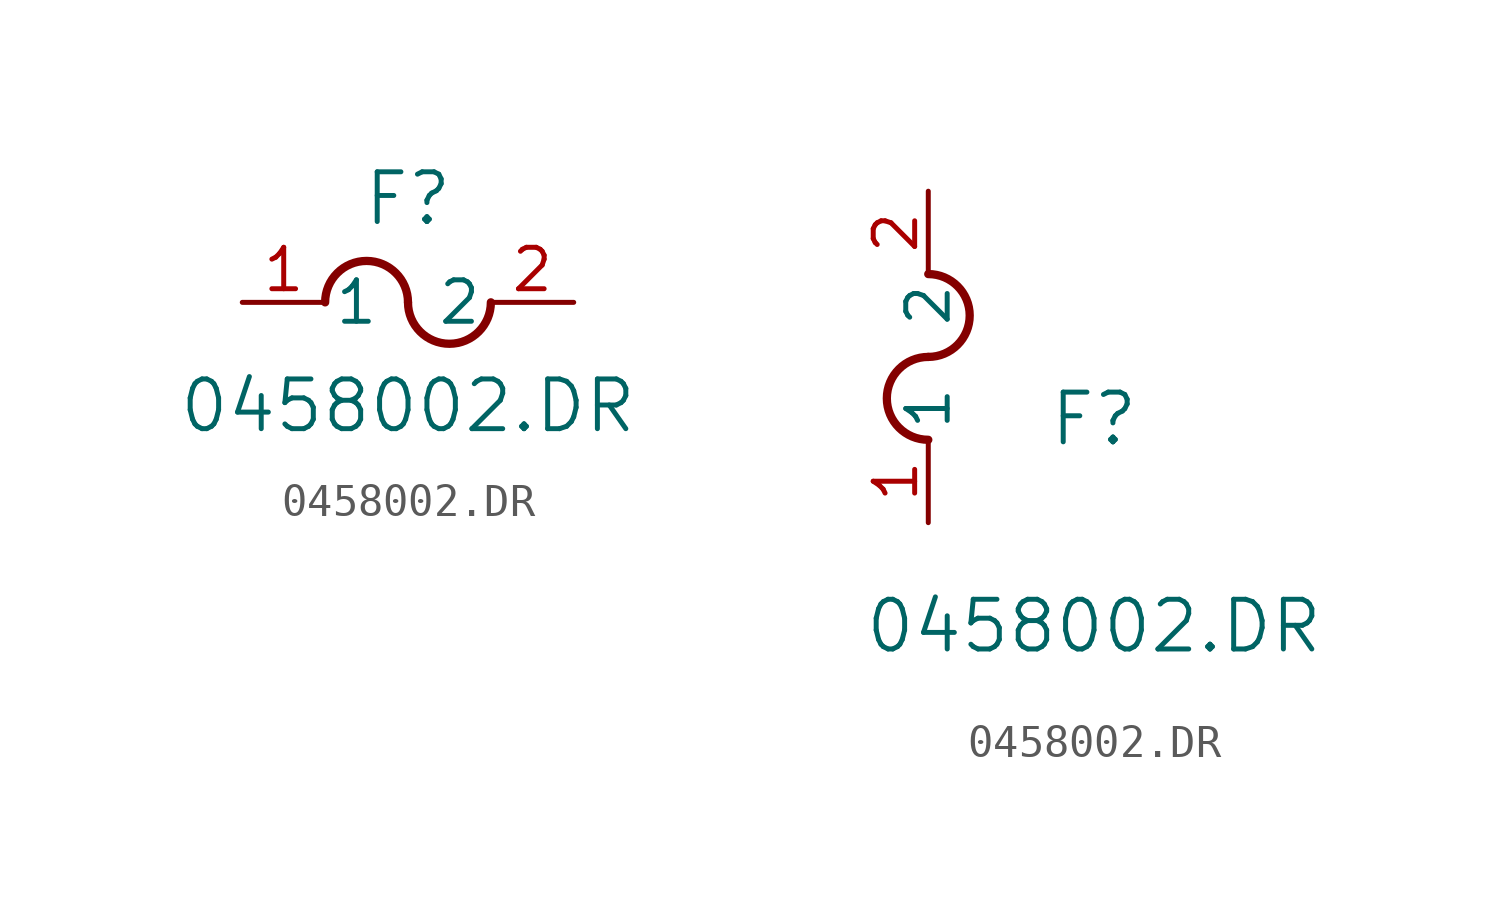
<source format=kicad_sym>
(kicad_symbol_lib
  (version 20211014)
  (generator kicad_symbol_editor)
  (symbol "0458002.DR"
    (pin_names
      (offset 0.254))
    (property "Reference" "F"
      (at 5.08 3.175 0)
      (effects (font (size 1.524 1.524))))
    (property "Value" "0458002.DR"
      (at 5.08 -3.175 0)
      (effects (font (size 1.524 1.524))))
    (symbol "0458002.DR_1_1"
      (arc (start 5.08 0) (mid 3.81 1.27) (end 2.54 0) (stroke (width 0.254) (type default) (color 0 0 0 0)) (fill (type none)))
      (arc (start 5.08 0) (mid 6.35 -1.27) (end 7.62 0) (stroke (width 0.254) (type default) (color 0 0 0 0)) (fill (type none)))
      (pin unspecified line (at 0 0 0) (length 2.54) (name "1" (effects (font (size 1.27 1.27)))) (number "1" (effects (font (size 1.27 1.27)))))
      (pin unspecified line (at 10.16 0 180) (length 2.54) (name "2" (effects (font (size 1.27 1.27)))) (number "2" (effects (font (size 1.27 1.27))))))
    (symbol "0458002.DR_1_2"
      (arc (start 0 5.08) (mid -1.27 3.81) (end 0 2.54) (stroke (width 0.254) (type default) (color 0 0 0 0)) (fill (type none)))
      (arc (start 0 5.08) (mid 1.27 6.35) (end 0 7.62) (stroke (width 0.254) (type default) (color 0 0 0 0)) (fill (type none)))
      (pin unspecified line (at 0 0 90) (length 2.54) (name "1" (effects (font (size 1.27 1.27)))) (number "1" (effects (font (size 1.27 1.27)))))
      (pin unspecified line (at 0 10.16 270) (length 2.54) (name "2" (effects (font (size 1.27 1.27)))) (number "2" (effects (font (size 1.27 1.27))))))))
</source>
